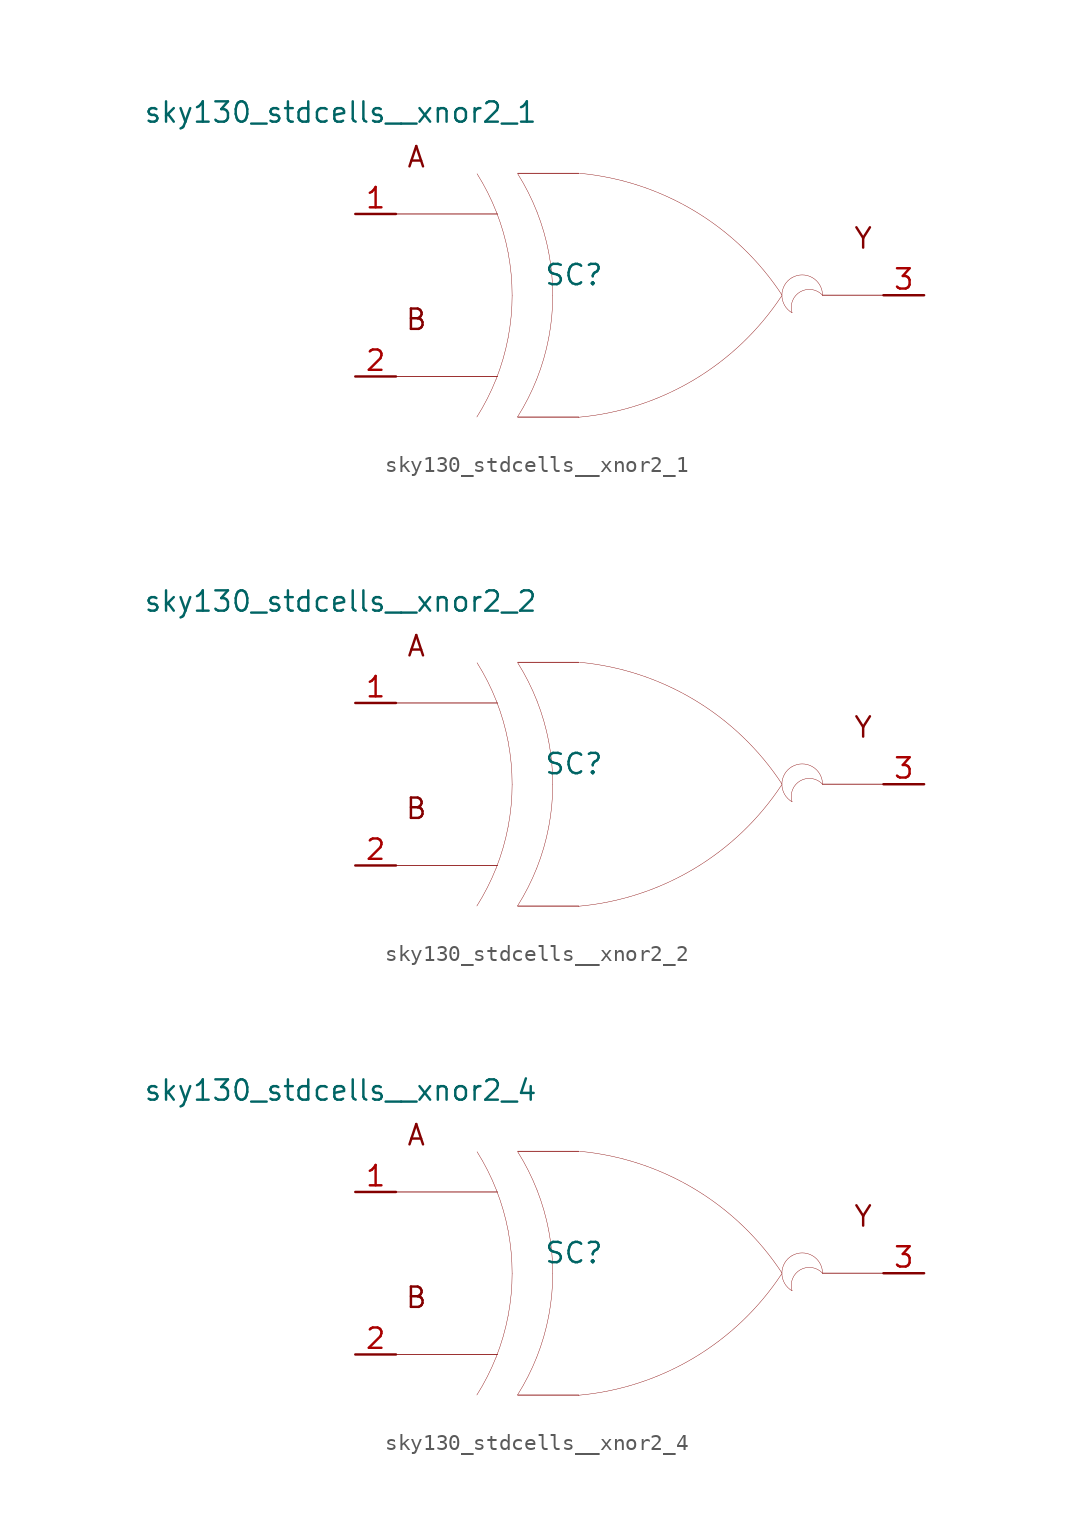
<source format=kicad_sym>
(kicad_symbol_lib
  (version 20211014)
  (generator kicad_symbol_editor)
  (symbol "sky130_stdcells__xnor2_1"
    (pin_names hide)
    (property "Reference" "SC"
      (at -4.115 1.27 0)
      (effects (font (size 1.27 1.27))))
    (property "Value" "sky130_stdcells__xnor2_1"
      (at -6.35 11.43 0)
      (effects (font (size 1.27 1.27)) (justify right)))
    (symbol "sky130_stdcells__xnor2_1_0_0"
      (arc (start -10.1805 -7.6142) (mid -9.523 -6.458) (end -8.9762 -5.2456) (stroke (width 0.0254) (type default) (color 0 0 0 0)) (fill (type none)))
      (arc (start -8.9762 -5.2456) (mid -8.5413 -3.9755) (end -8.228 -2.6701) (stroke (width 0.0254) (type default) (color 0 0 0 0)) (fill (type none)))
      (arc (start -8.958 5.1993) (mid -9.5062 6.4248) (end -10.1673 7.5932) (stroke (width 0.0254) (type default) (color 0 0 0 0)) (fill (type none)))
      (arc (start -8.228 -2.6701) (mid -8.0388 -1.341) (end -7.9756 0) (stroke (width 0.0254) (type default) (color 0 0 0 0)) (fill (type none)))
      (arc (start -8.2234 2.6456) (mid -8.5311 3.9396) (end -8.958 5.1993) (stroke (width 0.0254) (type default) (color 0 0 0 0)) (fill (type none)))
      (arc (start -7.9756 0) (mid -8.0377 1.3286) (end -8.2234 2.6456) (stroke (width 0.0254) (type default) (color 0 0 0 0)) (fill (type none)))
      (arc (start -7.6405 -7.6142) (mid -6.983 -6.458) (end -6.4362 -5.2456) (stroke (width 0.0254) (type default) (color 0 0 0 0)) (fill (type none)))
      (arc (start -6.4362 -5.2456) (mid -6.0013 -3.9755) (end -5.688 -2.6701) (stroke (width 0.0254) (type default) (color 0 0 0 0)) (fill (type none)))
      (arc (start -6.418 5.1993) (mid -6.9662 6.4248) (end -7.6273 7.5932) (stroke (width 0.0254) (type default) (color 0 0 0 0)) (fill (type none)))
      (arc (start -5.688 -2.6701) (mid -5.4988 -1.341) (end -5.4356 0) (stroke (width 0.0254) (type default) (color 0 0 0 0)) (fill (type none)))
      (arc (start -5.6834 2.6456) (mid -5.9911 3.9396) (end -6.418 5.1993) (stroke (width 0.0254) (type default) (color 0 0 0 0)) (fill (type none)))
      (arc (start -5.4356 0) (mid -5.4977 1.3286) (end -5.6834 2.6456) (stroke (width 0.0254) (type default) (color 0 0 0 0)) (fill (type none)))
      (arc (start -3.8212 -7.6288) (mid 3.3927 -5.2884) (end 8.8734 -0.0463) (stroke (width 0.0254) (type default) (color 0 0 0 0)) (fill (type none)))
      (polyline (pts (xy -15.24 -5.08) (xy -8.89 -5.08)) (stroke (width 0.051) (type default) (color 0 0 0 0)) (fill (type none)))
      (polyline (pts (xy -15.24 5.08) (xy -8.89 5.08)) (stroke (width 0.051) (type default) (color 0 0 0 0)) (fill (type none)))
      (polyline (pts (xy -7.62 -7.62) (xy -3.81 -7.62)) (stroke (width 0.051) (type default) (color 0 0 0 0)) (fill (type none)))
      (polyline (pts (xy -7.62 7.62) (xy -3.81 7.62)) (stroke (width 0.051) (type default) (color 0 0 0 0)) (fill (type none)))
      (polyline (pts (xy 11.43 0) (xy 15.24 0)) (stroke (width 0.051) (type default) (color 0 0 0 0)) (fill (type none)))
      (arc (start 8.9061 -0.0034) (mid 3.4437 5.2578) (end -3.762 7.6234) (stroke (width 0.0254) (type default) (color 0 0 0 0)) (fill (type none)))
      (arc (start 9.525 1.0999) (mid 8.89 0) (end 9.525 -1.0999) (stroke (width 0.0254) (type default) (color 0 0 0 0)) (fill (type none)))
      (arc (start 11.43 0) (mid 9.5731 0.4743) (end 9.525 -1.0999) (stroke (width 0.0254) (type default) (color 0 0 0 0)) (fill (type none)))
      (arc (start 11.43 0) (mid 10.795 1.0998) (end 9.525 1.0999) (stroke (width 0.0254) (type default) (color 0 0 0 0)) (fill (type none)))
      (text "A" (at -13.97 8.636 0) (effects (font (size 1.27 1.27))))
      (text "B" (at -13.97 -1.524 0) (effects (font (size 1.27 1.27))))
      (text "Y" (at 13.97 3.556 0) (effects (font (size 1.27 1.27)))))
    (symbol "sky130_stdcells__xnor2_1_1_1"
      (pin input line (at -17.78 5.08 0) (length 2.54) (name "A" (effects (font (size 1.092 1.092)))) (number "1" (effects (font (size 1.27 1.27)))))
      (pin input line (at -17.78 -5.08 0) (length 2.54) (name "B" (effects (font (size 1.092 1.092)))) (number "2" (effects (font (size 1.27 1.27)))))
      (pin output line (at 17.78 0 180) (length 2.54) (name "Y" (effects (font (size 1.092 1.092)))) (number "3" (effects (font (size 1.27 1.27)))))))
  (symbol "sky130_stdcells__xnor2_2"
    (pin_names hide)
    (property "Reference" "SC"
      (at -4.115 1.27 0)
      (effects (font (size 1.27 1.27))))
    (property "Value" "sky130_stdcells__xnor2_2"
      (at -6.35 11.43 0)
      (effects (font (size 1.27 1.27)) (justify right)))
    (symbol "sky130_stdcells__xnor2_2_0_0"
      (arc (start -10.1805 -7.6142) (mid -9.523 -6.458) (end -8.9762 -5.2456) (stroke (width 0.0254) (type default) (color 0 0 0 0)) (fill (type none)))
      (arc (start -8.9762 -5.2456) (mid -8.5413 -3.9755) (end -8.228 -2.6701) (stroke (width 0.0254) (type default) (color 0 0 0 0)) (fill (type none)))
      (arc (start -8.958 5.1993) (mid -9.5062 6.4248) (end -10.1673 7.5932) (stroke (width 0.0254) (type default) (color 0 0 0 0)) (fill (type none)))
      (arc (start -8.228 -2.6701) (mid -8.0388 -1.341) (end -7.9756 0) (stroke (width 0.0254) (type default) (color 0 0 0 0)) (fill (type none)))
      (arc (start -8.2234 2.6456) (mid -8.5311 3.9396) (end -8.958 5.1993) (stroke (width 0.0254) (type default) (color 0 0 0 0)) (fill (type none)))
      (arc (start -7.9756 0) (mid -8.0377 1.3286) (end -8.2234 2.6456) (stroke (width 0.0254) (type default) (color 0 0 0 0)) (fill (type none)))
      (arc (start -7.6405 -7.6142) (mid -6.983 -6.458) (end -6.4362 -5.2456) (stroke (width 0.0254) (type default) (color 0 0 0 0)) (fill (type none)))
      (arc (start -6.4362 -5.2456) (mid -6.0013 -3.9755) (end -5.688 -2.6701) (stroke (width 0.0254) (type default) (color 0 0 0 0)) (fill (type none)))
      (arc (start -6.418 5.1993) (mid -6.9662 6.4248) (end -7.6273 7.5932) (stroke (width 0.0254) (type default) (color 0 0 0 0)) (fill (type none)))
      (arc (start -5.688 -2.6701) (mid -5.4988 -1.341) (end -5.4356 0) (stroke (width 0.0254) (type default) (color 0 0 0 0)) (fill (type none)))
      (arc (start -5.6834 2.6456) (mid -5.9911 3.9396) (end -6.418 5.1993) (stroke (width 0.0254) (type default) (color 0 0 0 0)) (fill (type none)))
      (arc (start -5.4356 0) (mid -5.4977 1.3286) (end -5.6834 2.6456) (stroke (width 0.0254) (type default) (color 0 0 0 0)) (fill (type none)))
      (arc (start -3.8212 -7.6288) (mid 3.3927 -5.2884) (end 8.8734 -0.0463) (stroke (width 0.0254) (type default) (color 0 0 0 0)) (fill (type none)))
      (polyline (pts (xy -15.24 -5.08) (xy -8.89 -5.08)) (stroke (width 0.051) (type default) (color 0 0 0 0)) (fill (type none)))
      (polyline (pts (xy -15.24 5.08) (xy -8.89 5.08)) (stroke (width 0.051) (type default) (color 0 0 0 0)) (fill (type none)))
      (polyline (pts (xy -7.62 -7.62) (xy -3.81 -7.62)) (stroke (width 0.051) (type default) (color 0 0 0 0)) (fill (type none)))
      (polyline (pts (xy -7.62 7.62) (xy -3.81 7.62)) (stroke (width 0.051) (type default) (color 0 0 0 0)) (fill (type none)))
      (polyline (pts (xy 11.43 0) (xy 15.24 0)) (stroke (width 0.051) (type default) (color 0 0 0 0)) (fill (type none)))
      (arc (start 8.9061 -0.0034) (mid 3.4437 5.2578) (end -3.762 7.6234) (stroke (width 0.0254) (type default) (color 0 0 0 0)) (fill (type none)))
      (arc (start 9.525 1.0999) (mid 8.89 0) (end 9.525 -1.0999) (stroke (width 0.0254) (type default) (color 0 0 0 0)) (fill (type none)))
      (arc (start 11.43 0) (mid 9.5731 0.4743) (end 9.525 -1.0999) (stroke (width 0.0254) (type default) (color 0 0 0 0)) (fill (type none)))
      (arc (start 11.43 0) (mid 10.795 1.0998) (end 9.525 1.0999) (stroke (width 0.0254) (type default) (color 0 0 0 0)) (fill (type none)))
      (text "A" (at -13.97 8.636 0) (effects (font (size 1.27 1.27))))
      (text "B" (at -13.97 -1.524 0) (effects (font (size 1.27 1.27))))
      (text "Y" (at 13.97 3.556 0) (effects (font (size 1.27 1.27)))))
    (symbol "sky130_stdcells__xnor2_2_1_1"
      (pin input line (at -17.78 5.08 0) (length 2.54) (name "A" (effects (font (size 1.092 1.092)))) (number "1" (effects (font (size 1.27 1.27)))))
      (pin input line (at -17.78 -5.08 0) (length 2.54) (name "B" (effects (font (size 1.092 1.092)))) (number "2" (effects (font (size 1.27 1.27)))))
      (pin output line (at 17.78 0 180) (length 2.54) (name "Y" (effects (font (size 1.092 1.092)))) (number "3" (effects (font (size 1.27 1.27)))))))
  (symbol "sky130_stdcells__xnor2_4"
    (pin_names hide)
    (property "Reference" "SC"
      (at -4.115 1.27 0)
      (effects (font (size 1.27 1.27))))
    (property "Value" "sky130_stdcells__xnor2_4"
      (at -6.35 11.43 0)
      (effects (font (size 1.27 1.27)) (justify right)))
    (symbol "sky130_stdcells__xnor2_4_0_0"
      (arc (start -10.1805 -7.6142) (mid -9.523 -6.458) (end -8.9762 -5.2456) (stroke (width 0.0254) (type default) (color 0 0 0 0)) (fill (type none)))
      (arc (start -8.9762 -5.2456) (mid -8.5413 -3.9755) (end -8.228 -2.6701) (stroke (width 0.0254) (type default) (color 0 0 0 0)) (fill (type none)))
      (arc (start -8.958 5.1993) (mid -9.5062 6.4248) (end -10.1673 7.5932) (stroke (width 0.0254) (type default) (color 0 0 0 0)) (fill (type none)))
      (arc (start -8.228 -2.6701) (mid -8.0388 -1.341) (end -7.9756 0) (stroke (width 0.0254) (type default) (color 0 0 0 0)) (fill (type none)))
      (arc (start -8.2234 2.6456) (mid -8.5311 3.9396) (end -8.958 5.1993) (stroke (width 0.0254) (type default) (color 0 0 0 0)) (fill (type none)))
      (arc (start -7.9756 0) (mid -8.0377 1.3286) (end -8.2234 2.6456) (stroke (width 0.0254) (type default) (color 0 0 0 0)) (fill (type none)))
      (arc (start -7.6405 -7.6142) (mid -6.983 -6.458) (end -6.4362 -5.2456) (stroke (width 0.0254) (type default) (color 0 0 0 0)) (fill (type none)))
      (arc (start -6.4362 -5.2456) (mid -6.0013 -3.9755) (end -5.688 -2.6701) (stroke (width 0.0254) (type default) (color 0 0 0 0)) (fill (type none)))
      (arc (start -6.418 5.1993) (mid -6.9662 6.4248) (end -7.6273 7.5932) (stroke (width 0.0254) (type default) (color 0 0 0 0)) (fill (type none)))
      (arc (start -5.688 -2.6701) (mid -5.4988 -1.341) (end -5.4356 0) (stroke (width 0.0254) (type default) (color 0 0 0 0)) (fill (type none)))
      (arc (start -5.6834 2.6456) (mid -5.9911 3.9396) (end -6.418 5.1993) (stroke (width 0.0254) (type default) (color 0 0 0 0)) (fill (type none)))
      (arc (start -5.4356 0) (mid -5.4977 1.3286) (end -5.6834 2.6456) (stroke (width 0.0254) (type default) (color 0 0 0 0)) (fill (type none)))
      (arc (start -3.8212 -7.6288) (mid 3.3927 -5.2884) (end 8.8734 -0.0463) (stroke (width 0.0254) (type default) (color 0 0 0 0)) (fill (type none)))
      (polyline (pts (xy -15.24 -5.08) (xy -8.89 -5.08)) (stroke (width 0.051) (type default) (color 0 0 0 0)) (fill (type none)))
      (polyline (pts (xy -15.24 5.08) (xy -8.89 5.08)) (stroke (width 0.051) (type default) (color 0 0 0 0)) (fill (type none)))
      (polyline (pts (xy -7.62 -7.62) (xy -3.81 -7.62)) (stroke (width 0.051) (type default) (color 0 0 0 0)) (fill (type none)))
      (polyline (pts (xy -7.62 7.62) (xy -3.81 7.62)) (stroke (width 0.051) (type default) (color 0 0 0 0)) (fill (type none)))
      (polyline (pts (xy 11.43 0) (xy 15.24 0)) (stroke (width 0.051) (type default) (color 0 0 0 0)) (fill (type none)))
      (arc (start 8.9061 -0.0034) (mid 3.4437 5.2578) (end -3.762 7.6234) (stroke (width 0.0254) (type default) (color 0 0 0 0)) (fill (type none)))
      (arc (start 9.525 1.0999) (mid 8.89 0) (end 9.525 -1.0999) (stroke (width 0.0254) (type default) (color 0 0 0 0)) (fill (type none)))
      (arc (start 11.43 0) (mid 9.5731 0.4743) (end 9.525 -1.0999) (stroke (width 0.0254) (type default) (color 0 0 0 0)) (fill (type none)))
      (arc (start 11.43 0) (mid 10.795 1.0998) (end 9.525 1.0999) (stroke (width 0.0254) (type default) (color 0 0 0 0)) (fill (type none)))
      (text "A" (at -13.97 8.636 0) (effects (font (size 1.27 1.27))))
      (text "B" (at -13.97 -1.524 0) (effects (font (size 1.27 1.27))))
      (text "Y" (at 13.97 3.556 0) (effects (font (size 1.27 1.27)))))
    (symbol "sky130_stdcells__xnor2_4_1_1"
      (pin input line (at -17.78 5.08 0) (length 2.54) (name "A" (effects (font (size 1.092 1.092)))) (number "1" (effects (font (size 1.27 1.27)))))
      (pin input line (at -17.78 -5.08 0) (length 2.54) (name "B" (effects (font (size 1.092 1.092)))) (number "2" (effects (font (size 1.27 1.27)))))
      (pin output line (at 17.78 0 180) (length 2.54) (name "Y" (effects (font (size 1.092 1.092)))) (number "3" (effects (font (size 1.27 1.27))))))))
</source>
